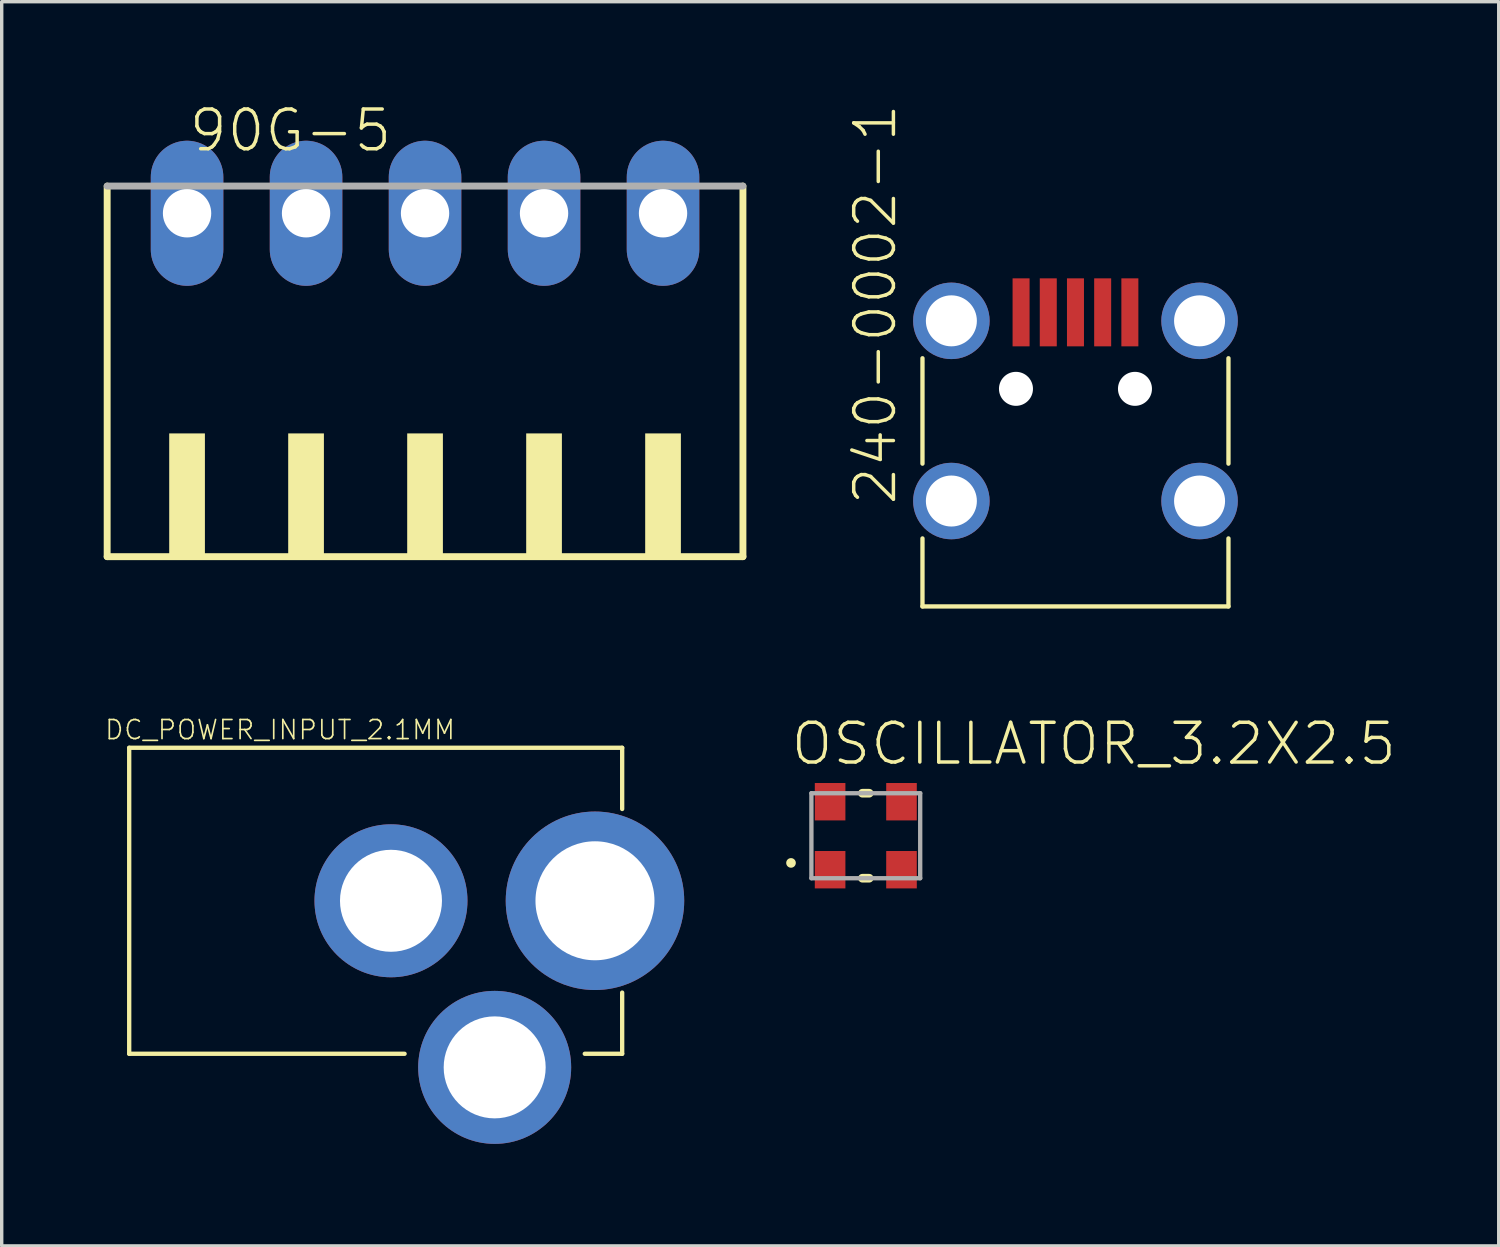
<source format=kicad_pcb>
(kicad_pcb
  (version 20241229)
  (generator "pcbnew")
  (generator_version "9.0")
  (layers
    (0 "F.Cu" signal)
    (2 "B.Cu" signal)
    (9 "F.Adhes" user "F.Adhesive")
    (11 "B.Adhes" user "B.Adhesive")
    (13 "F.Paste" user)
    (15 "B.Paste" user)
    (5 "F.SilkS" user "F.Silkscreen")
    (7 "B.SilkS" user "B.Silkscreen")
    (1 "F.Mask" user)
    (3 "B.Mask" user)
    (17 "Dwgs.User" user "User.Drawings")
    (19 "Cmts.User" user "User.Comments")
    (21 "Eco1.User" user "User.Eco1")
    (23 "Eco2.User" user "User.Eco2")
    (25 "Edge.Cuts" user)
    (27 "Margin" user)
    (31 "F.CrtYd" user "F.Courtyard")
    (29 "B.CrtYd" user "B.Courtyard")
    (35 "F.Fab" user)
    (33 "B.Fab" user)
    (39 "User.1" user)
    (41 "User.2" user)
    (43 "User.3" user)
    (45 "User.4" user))
  (footprint "90G-5"
    (layer "F.Cu")
    (at 9.452 8.473)
    (property "Reference" "90G-5" (at -7 -7 0) (layer "F.SilkS") (effects (font (size 1.168 1.168) (thickness 0.102)) (justify left bottom)))
    (fp_line (start -9.35 -6.05) (end -9.35 4.85) (stroke (width 0.203) (type solid)) (layer "F.SilkS"))
    (fp_line (start -9.35 4.85) (end 9.35 4.85) (stroke (width 0.203) (type solid)) (layer "F.SilkS"))
    (fp_line (start 9.35 4.85) (end 9.35 -6.05) (stroke (width 0.203) (type solid)) (layer "F.SilkS"))
    (fp_poly (pts (xy -7.525 4.9) (xy -6.475 4.9) (xy -6.475 1.225) (xy -7.525 1.225)) (stroke (width 0) (type solid)) (fill yes) (layer "F.SilkS"))
    (fp_poly (pts (xy -4.025 4.9) (xy -2.975 4.9) (xy -2.975 1.225) (xy -4.025 1.225)) (stroke (width 0) (type solid)) (fill yes) (layer "F.SilkS"))
    (fp_poly (pts (xy -0.525 4.9) (xy 0.525 4.9) (xy 0.525 1.225) (xy -0.525 1.225)) (stroke (width 0) (type solid)) (fill yes) (layer "F.SilkS"))
    (fp_poly (pts (xy 2.975 4.9) (xy 4.025 4.9) (xy 4.025 1.225) (xy 2.975 1.225)) (stroke (width 0) (type solid)) (fill yes) (layer "F.SilkS"))
    (fp_poly (pts (xy 6.475 4.9) (xy 7.525 4.9) (xy 7.525 1.225) (xy 6.475 1.225)) (stroke (width 0) (type solid)) (fill yes) (layer "F.SilkS"))
    (fp_line (start 9.35 -6.05) (end -9.35 -6.05) (stroke (width 0.203) (type solid)) (layer "F.Fab"))
    (pad "1" thru_hole oval (at -7 -5.25 90) (size 4.267 2.134) (drill 1.422) (layers "*.Cu" "*.Mask"))
    (pad "2" thru_hole oval (at -3.5 -5.25 90) (size 4.267 2.134) (drill 1.422) (layers "*.Cu" "*.Mask"))
    (pad "3" thru_hole oval (at 0 -5.25 90) (size 4.267 2.134) (drill 1.422) (layers "*.Cu" "*.Mask"))
    (pad "4" thru_hole oval (at 3.5 -5.25 90) (size 4.267 2.134) (drill 1.422) (layers "*.Cu" "*.Mask"))
    (pad "5" thru_hole oval (at 7 -5.25 90) (size 4.267 2.134) (drill 1.422) (layers "*.Cu" "*.Mask")))
  (footprint "240-0002-1"
    (layer "F.Cu")
    (at 28.583 14.787)
    (property "Reference" "240-0002-1" (at -5.207 -2.921 90) (layer "F.SilkS") (effects (font (size 1.168 1.168) (thickness 0.102)) (justify left bottom)))
    (fp_line (start -4.5 -7.3) (end -4.5 -4.2) (stroke (width 0.127) (type solid)) (layer "F.SilkS"))
    (fp_line (start -4.5 -2) (end -4.5 0) (stroke (width 0.127) (type solid)) (layer "F.SilkS"))
    (fp_line (start -4.5 0) (end 4.5 0) (stroke (width 0.127) (type solid)) (layer "F.SilkS"))
    (fp_line (start 4.5 -7.3) (end 4.5 -4.2) (stroke (width 0.127) (type solid)) (layer "F.SilkS"))
    (fp_line (start 4.5 0) (end 4.5 -2) (stroke (width 0.127) (type solid)) (layer "F.SilkS"))
    (pad "" np_thru_hole circle (at -1.75 -6.4) (size 1 1) (drill 1) (layers "*.Cu" "*.Mask"))
    (pad "" np_thru_hole circle (at 1.75 -6.4) (size 1 1) (drill 1) (layers "*.Cu" "*.Mask"))
    (pad "P$1" smd rect (at -1.6 -8.65 90) (size 2 0.5) (layers "F.Cu" "F.Mask" "F.Paste"))
    (pad "P$2" smd rect (at -0.8 -8.65 90) (size 2 0.5) (layers "F.Cu" "F.Mask" "F.Paste"))
    (pad "P$3" smd rect (at 0 -8.65 90) (size 2 0.5) (layers "F.Cu" "F.Mask" "F.Paste"))
    (pad "P$4" smd rect (at 0.8 -8.65 90) (size 2 0.5) (layers "F.Cu" "F.Mask" "F.Paste"))
    (pad "P$5" smd rect (at 1.6 -8.65 90) (size 2 0.5) (layers "F.Cu" "F.Mask" "F.Paste"))
    (pad "SHIELD_1" thru_hole circle (at -3.65 -3.1 90) (size 2.25 2.25) (drill 1.5) (layers "*.Cu" "*.Mask"))
    (pad "SHIELD_2" thru_hole circle (at 3.65 -3.1 90) (size 2.25 2.25) (drill 1.5) (layers "*.Cu" "*.Mask"))
    (pad "SHIELD_3" thru_hole circle (at 3.65 -8.4) (size 2.25 2.25) (drill 1.5) (layers "*.Cu" "*.Mask"))
    (pad "SHIELD_4" thru_hole circle (at -3.65 -8.4) (size 2.25 2.25) (drill 1.5) (layers "*.Cu" "*.Mask")))
  (footprint "DC_POWER_INPUT_2.1MM"
    (layer "F.Cu")
    (at 5.95 23.445)
    (property "Reference" "DC_POWER_INPUT_2.1MM" (at -5.95 -4.7 0) (layer "F.SilkS") (effects (font (size 0.561 0.561) (thickness 0.049)) (justify left bottom)))
    (fp_line (start -5.2 -4.5) (end 9.3 -4.5) (stroke (width 0.127) (type solid)) (layer "F.SilkS"))
    (fp_line (start -5.2 4.5) (end -5.2 -4.5) (stroke (width 0.127) (type solid)) (layer "F.SilkS"))
    (fp_line (start -5.2 4.5) (end 2.9 4.5) (stroke (width 0.127) (type solid)) (layer "F.SilkS"))
    (fp_line (start 9.3 -4.5) (end 9.3 -2.7) (stroke (width 0.127) (type solid)) (layer "F.SilkS"))
    (fp_line (start 9.3 4.5) (end 8.2 4.5) (stroke (width 0.127) (type solid)) (layer "F.SilkS"))
    (fp_line (start 9.3 4.5) (end 9.3 2.7) (stroke (width 0.127) (type solid)) (layer "F.SilkS"))
    (pad "P1" thru_hole circle (at 8.5 0 90) (size 5.25 5.25) (drill 3.5) (layers "*.Cu" "*.Mask"))
    (pad "P2" thru_hole circle (at 2.5 0 90) (size 4.5 4.5) (drill 3) (layers "*.Cu" "*.Mask"))
    (pad "P3" thru_hole circle (at 5.55 4.9 90) (size 4.5 4.5) (drill 3) (layers "*.Cu" "*.Mask")))
  (footprint "OSCILLATOR_3.2X2.5"
    (layer "F.Cu")
    (at 22.416 21.531)
    (property "Reference" "OSCILLATOR_3.2X2.5" (at -2.26 -2.02 0) (layer "F.SilkS") (effects (font (size 1.168 1.168) (thickness 0.102)) (justify left bottom)))
    (fp_line (start -0.1 -1.25) (end 0.1 -1.25) (stroke (width 0.254) (type solid)) (layer "F.SilkS"))
    (fp_line (start -0.1 1.25) (end 0.1 1.25) (stroke (width 0.254) (type solid)) (layer "F.SilkS"))
    (fp_circle (center -2.2 0.8) (end -2.129 0.8) (stroke (width 0.141) (type solid)) (fill yes) (layer "F.SilkS"))
    (fp_line (start -1.6 -1.25) (end 1.6 -1.25) (stroke (width 0.127) (type solid)) (layer "F.Fab"))
    (fp_line (start -1.6 1.25) (end -1.6 -1.25) (stroke (width 0.127) (type solid)) (layer "F.Fab"))
    (fp_line (start 1.6 -1.25) (end 1.6 1.25) (stroke (width 0.127) (type solid)) (layer "F.Fab"))
    (fp_line (start 1.6 1.25) (end -1.6 1.25) (stroke (width 0.127) (type solid)) (layer "F.Fab"))
    (pad "P$1" smd rect (at -1.05 1) (size 0.9 1.1) (layers "F.Cu" "F.Mask" "F.Paste"))
    (pad "P$2" smd rect (at 1.05 1) (size 0.9 1.1) (layers "F.Cu" "F.Mask" "F.Paste"))
    (pad "P$3" smd rect (at 1.05 -1) (size 0.9 1.1) (layers "F.Cu" "F.Mask" "F.Paste"))
    (pad "P$4" smd rect (at -1.05 -1) (size 0.9 1.1) (layers "F.Cu" "F.Mask" "F.Paste")))
  (gr_rect
    (start -3 -3)
    (end 41.032 33.595)
    (stroke (width 0.1) (type default))
    (fill no)
    (layer "Edge.Cuts")))
</source>
